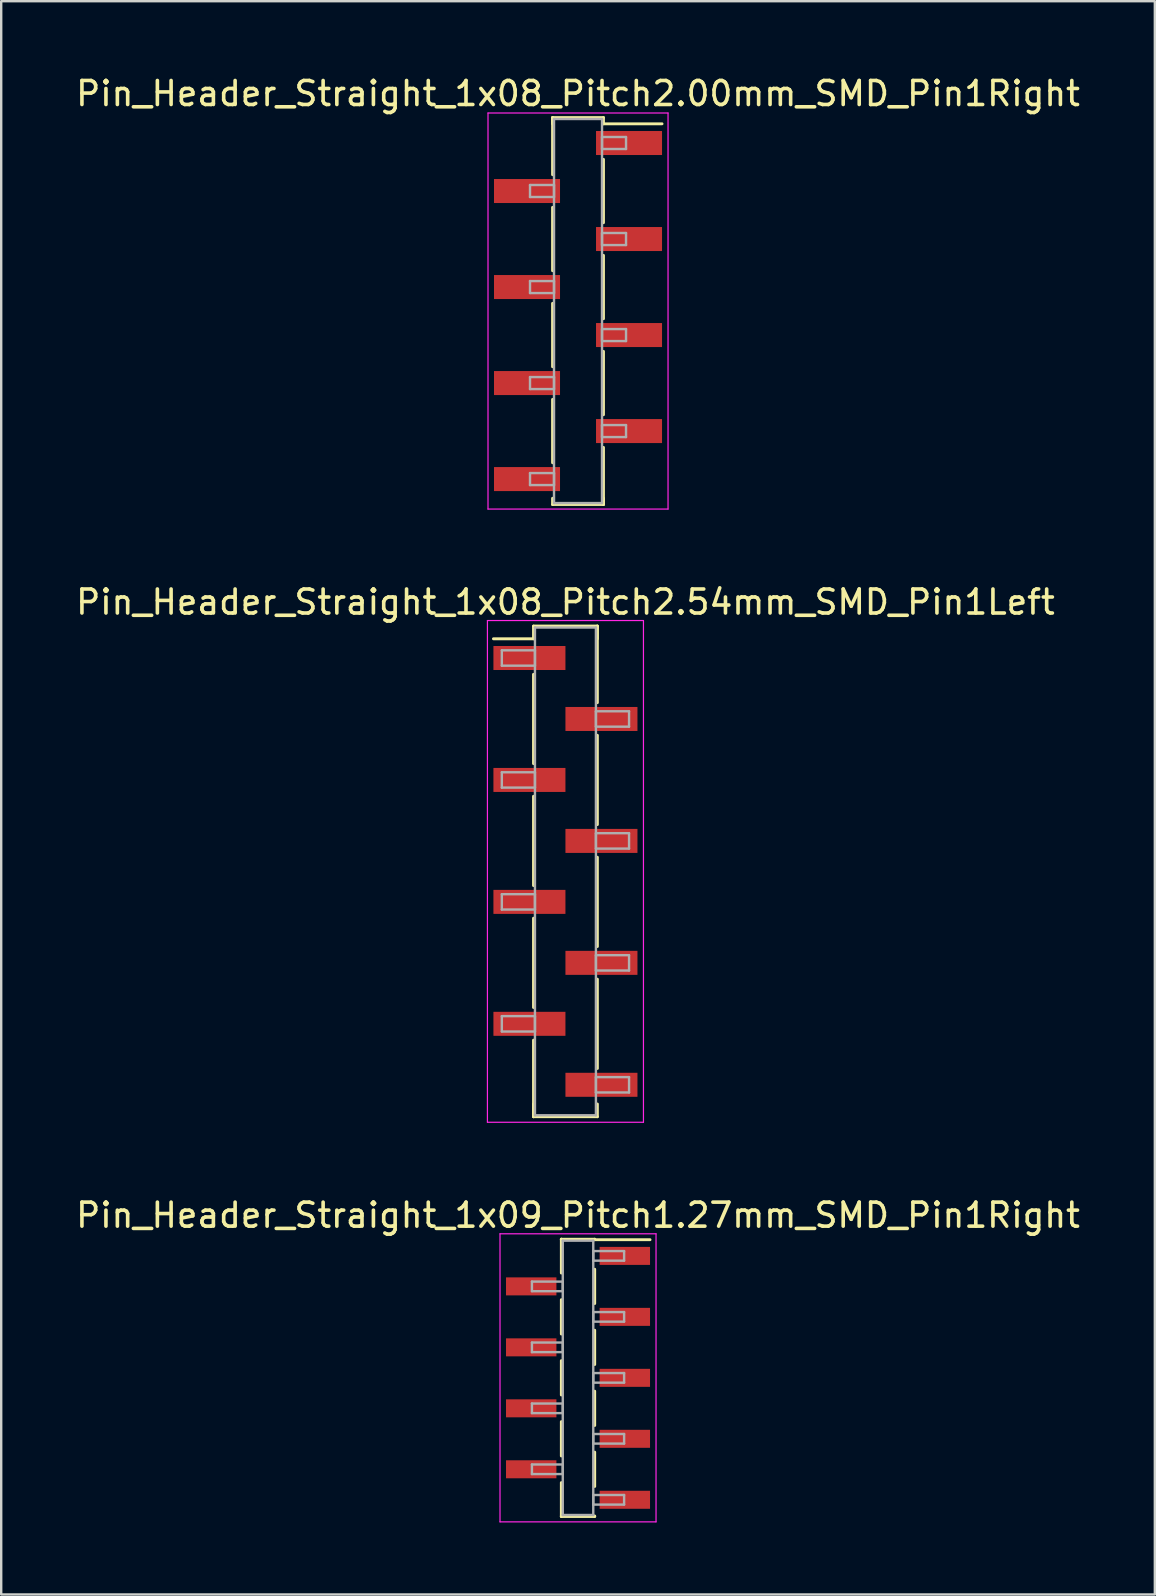
<source format=kicad_pcb>
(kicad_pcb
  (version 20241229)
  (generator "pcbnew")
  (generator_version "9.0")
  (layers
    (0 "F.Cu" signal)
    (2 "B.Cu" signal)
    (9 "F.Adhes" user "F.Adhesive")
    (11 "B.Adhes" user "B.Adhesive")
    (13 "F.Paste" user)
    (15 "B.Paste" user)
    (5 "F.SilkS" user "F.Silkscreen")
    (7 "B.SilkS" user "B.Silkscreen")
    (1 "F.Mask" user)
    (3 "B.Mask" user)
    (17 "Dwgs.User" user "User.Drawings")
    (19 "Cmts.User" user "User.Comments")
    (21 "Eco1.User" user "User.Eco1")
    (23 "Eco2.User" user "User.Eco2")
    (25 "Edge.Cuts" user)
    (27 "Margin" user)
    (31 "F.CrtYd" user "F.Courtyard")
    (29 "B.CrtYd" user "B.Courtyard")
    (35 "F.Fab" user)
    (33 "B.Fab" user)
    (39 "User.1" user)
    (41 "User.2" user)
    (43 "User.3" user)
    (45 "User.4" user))
  (footprint "Pin_Header_Straight_1x09_Pitch1.27mm_SMD_Pin1Right"
    (layer "F.Cu")
    (at 21.03 54.35)
    (property "Reference" "Pin_Header_Straight_1x09_Pitch1.27mm_SMD_Pin1Right" (at 0 -6.775 0) (layer "F.SilkS") (effects (font (size 1 1) (thickness 0.15))))
    (attr smd)
    (fp_line (start -0.695 -5.775) (end -0.695 -4.365) (stroke (width 0.12) (type solid)) (layer "F.SilkS"))
    (fp_line (start -0.695 -5.775) (end 0.695 -5.775) (stroke (width 0.12) (type solid)) (layer "F.SilkS"))
    (fp_line (start -0.695 -5.755) (end -0.695 -5.775) (stroke (width 0.12) (type solid)) (layer "F.SilkS"))
    (fp_line (start -0.695 -3.255) (end -0.695 -1.825) (stroke (width 0.12) (type solid)) (layer "F.SilkS"))
    (fp_line (start -0.695 -0.715) (end -0.695 0.715) (stroke (width 0.12) (type solid)) (layer "F.SilkS"))
    (fp_line (start -0.695 1.825) (end -0.695 3.255) (stroke (width 0.12) (type solid)) (layer "F.SilkS"))
    (fp_line (start -0.695 4.365) (end -0.695 5.775) (stroke (width 0.12) (type solid)) (layer "F.SilkS"))
    (fp_line (start -0.695 5.755) (end -0.695 5.775) (stroke (width 0.12) (type solid)) (layer "F.SilkS"))
    (fp_line (start -0.695 5.775) (end 0.695 5.775) (stroke (width 0.12) (type solid)) (layer "F.SilkS"))
    (fp_line (start 0.695 -5.775) (end 0.695 -5.755) (stroke (width 0.12) (type solid)) (layer "F.SilkS"))
    (fp_line (start 0.695 -5.755) (end 3 -5.755) (stroke (width 0.12) (type solid)) (layer "F.SilkS"))
    (fp_line (start 0.695 -4.525) (end 0.695 -3.095) (stroke (width 0.12) (type solid)) (layer "F.SilkS"))
    (fp_line (start 0.695 -1.985) (end 0.695 -0.555) (stroke (width 0.12) (type solid)) (layer "F.SilkS"))
    (fp_line (start 0.695 0.555) (end 0.695 1.985) (stroke (width 0.12) (type solid)) (layer "F.SilkS"))
    (fp_line (start 0.695 3.095) (end 0.695 4.525) (stroke (width 0.12) (type solid)) (layer "F.SilkS"))
    (fp_line (start 0.695 5.775) (end 0.695 5.755) (stroke (width 0.12) (type solid)) (layer "F.SilkS"))
    (fp_line (start -3.25 -6) (end -3.25 6) (stroke (width 0.05) (type solid)) (layer "F.CrtYd"))
    (fp_line (start -3.25 6) (end 3.25 6) (stroke (width 0.05) (type solid)) (layer "F.CrtYd"))
    (fp_line (start 3.25 -6) (end -3.25 -6) (stroke (width 0.05) (type solid)) (layer "F.CrtYd"))
    (fp_line (start 3.25 6) (end 3.25 -6) (stroke (width 0.05) (type solid)) (layer "F.CrtYd"))
    (fp_line (start -1.92 -4.01) (end -0.635 -4.01) (stroke (width 0.1) (type solid)) (layer "F.Fab"))
    (fp_line (start -1.92 -3.61) (end -1.92 -4.01) (stroke (width 0.1) (type solid)) (layer "F.Fab"))
    (fp_line (start -1.92 -1.47) (end -0.635 -1.47) (stroke (width 0.1) (type solid)) (layer "F.Fab"))
    (fp_line (start -1.92 -1.07) (end -1.92 -1.47) (stroke (width 0.1) (type solid)) (layer "F.Fab"))
    (fp_line (start -1.92 1.07) (end -0.635 1.07) (stroke (width 0.1) (type solid)) (layer "F.Fab"))
    (fp_line (start -1.92 1.47) (end -1.92 1.07) (stroke (width 0.1) (type solid)) (layer "F.Fab"))
    (fp_line (start -1.92 3.61) (end -0.635 3.61) (stroke (width 0.1) (type solid)) (layer "F.Fab"))
    (fp_line (start -1.92 4.01) (end -1.92 3.61) (stroke (width 0.1) (type solid)) (layer "F.Fab"))
    (fp_line (start -0.635 -5.715) (end -0.635 5.715) (stroke (width 0.1) (type solid)) (layer "F.Fab"))
    (fp_line (start -0.635 -4.01) (end -0.635 -3.61) (stroke (width 0.1) (type solid)) (layer "F.Fab"))
    (fp_line (start -0.635 -3.61) (end -1.92 -3.61) (stroke (width 0.1) (type solid)) (layer "F.Fab"))
    (fp_line (start -0.635 -1.47) (end -0.635 -1.07) (stroke (width 0.1) (type solid)) (layer "F.Fab"))
    (fp_line (start -0.635 -1.07) (end -1.92 -1.07) (stroke (width 0.1) (type solid)) (layer "F.Fab"))
    (fp_line (start -0.635 1.07) (end -0.635 1.47) (stroke (width 0.1) (type solid)) (layer "F.Fab"))
    (fp_line (start -0.635 1.47) (end -1.92 1.47) (stroke (width 0.1) (type solid)) (layer "F.Fab"))
    (fp_line (start -0.635 3.61) (end -0.635 4.01) (stroke (width 0.1) (type solid)) (layer "F.Fab"))
    (fp_line (start -0.635 4.01) (end -1.92 4.01) (stroke (width 0.1) (type solid)) (layer "F.Fab"))
    (fp_line (start -0.635 5.715) (end 0.635 5.715) (stroke (width 0.1) (type solid)) (layer "F.Fab"))
    (fp_line (start 0.635 -5.715) (end -0.635 -5.715) (stroke (width 0.1) (type solid)) (layer "F.Fab"))
    (fp_line (start 0.635 -5.28) (end 0.635 -4.88) (stroke (width 0.1) (type solid)) (layer "F.Fab"))
    (fp_line (start 0.635 -4.88) (end 1.92 -4.88) (stroke (width 0.1) (type solid)) (layer "F.Fab"))
    (fp_line (start 0.635 -2.74) (end 0.635 -2.34) (stroke (width 0.1) (type solid)) (layer "F.Fab"))
    (fp_line (start 0.635 -2.34) (end 1.92 -2.34) (stroke (width 0.1) (type solid)) (layer "F.Fab"))
    (fp_line (start 0.635 -0.2) (end 0.635 0.2) (stroke (width 0.1) (type solid)) (layer "F.Fab"))
    (fp_line (start 0.635 0.2) (end 1.92 0.2) (stroke (width 0.1) (type solid)) (layer "F.Fab"))
    (fp_line (start 0.635 2.34) (end 0.635 2.74) (stroke (width 0.1) (type solid)) (layer "F.Fab"))
    (fp_line (start 0.635 2.74) (end 1.92 2.74) (stroke (width 0.1) (type solid)) (layer "F.Fab"))
    (fp_line (start 0.635 4.88) (end 0.635 5.28) (stroke (width 0.1) (type solid)) (layer "F.Fab"))
    (fp_line (start 0.635 5.28) (end 1.92 5.28) (stroke (width 0.1) (type solid)) (layer "F.Fab"))
    (fp_line (start 0.635 5.715) (end 0.635 -5.715) (stroke (width 0.1) (type solid)) (layer "F.Fab"))
    (fp_line (start 1.92 -5.28) (end 0.635 -5.28) (stroke (width 0.1) (type solid)) (layer "F.Fab"))
    (fp_line (start 1.92 -4.88) (end 1.92 -5.28) (stroke (width 0.1) (type solid)) (layer "F.Fab"))
    (fp_line (start 1.92 -2.74) (end 0.635 -2.74) (stroke (width 0.1) (type solid)) (layer "F.Fab"))
    (fp_line (start 1.92 -2.34) (end 1.92 -2.74) (stroke (width 0.1) (type solid)) (layer "F.Fab"))
    (fp_line (start 1.92 -0.2) (end 0.635 -0.2) (stroke (width 0.1) (type solid)) (layer "F.Fab"))
    (fp_line (start 1.92 0.2) (end 1.92 -0.2) (stroke (width 0.1) (type solid)) (layer "F.Fab"))
    (fp_line (start 1.92 2.34) (end 0.635 2.34) (stroke (width 0.1) (type solid)) (layer "F.Fab"))
    (fp_line (start 1.92 2.74) (end 1.92 2.34) (stroke (width 0.1) (type solid)) (layer "F.Fab"))
    (fp_line (start 1.92 4.88) (end 0.635 4.88) (stroke (width 0.1) (type solid)) (layer "F.Fab"))
    (fp_line (start 1.92 5.28) (end 1.92 4.88) (stroke (width 0.1) (type solid)) (layer "F.Fab"))
    (pad "1" smd rect (at 1.95 -5.08) (size 2.1 0.75) (layers "F.Cu" "F.Mask"))
    (pad "2" smd rect (at -1.95 -3.81) (size 2.1 0.75) (layers "F.Cu" "F.Mask"))
    (pad "3" smd rect (at 1.95 -2.54) (size 2.1 0.75) (layers "F.Cu" "F.Mask"))
    (pad "4" smd rect (at -1.95 -1.27) (size 2.1 0.75) (layers "F.Cu" "F.Mask"))
    (pad "5" smd rect (at 1.95 0) (size 2.1 0.75) (layers "F.Cu" "F.Mask"))
    (pad "6" smd rect (at -1.95 1.27) (size 2.1 0.75) (layers "F.Cu" "F.Mask"))
    (pad "7" smd rect (at 1.95 2.54) (size 2.1 0.75) (layers "F.Cu" "F.Mask"))
    (pad "8" smd rect (at -1.95 3.81) (size 2.1 0.75) (layers "F.Cu" "F.Mask"))
    (pad "9" smd rect (at 1.95 5.08) (size 2.1 0.75) (layers "F.Cu" "F.Mask")))
  (footprint "Pin_Header_Straight_1x08_Pitch2.00mm_SMD_Pin1Right"
    (layer "F.Cu")
    (at 21.03 9.908)
    (property "Reference" "Pin_Header_Straight_1x08_Pitch2.00mm_SMD_Pin1Right" (at 0 -9.06 0) (layer "F.SilkS") (effects (font (size 1 1) (thickness 0.15))))
    (attr smd)
    (fp_line (start -1.06 -8.06) (end -1.06 -5.68) (stroke (width 0.12) (type solid)) (layer "F.SilkS"))
    (fp_line (start -1.06 -8.06) (end 1.06 -8.06) (stroke (width 0.12) (type solid)) (layer "F.SilkS"))
    (fp_line (start -1.06 -7.8) (end -1.06 -8.06) (stroke (width 0.12) (type solid)) (layer "F.SilkS"))
    (fp_line (start -1.06 -4.32) (end -1.06 -1.68) (stroke (width 0.12) (type solid)) (layer "F.SilkS"))
    (fp_line (start -1.06 -0.32) (end -1.06 2.32) (stroke (width 0.12) (type solid)) (layer "F.SilkS"))
    (fp_line (start -1.06 3.68) (end -1.06 6.32) (stroke (width 0.12) (type solid)) (layer "F.SilkS"))
    (fp_line (start -1.06 7.8) (end -1.06 8.06) (stroke (width 0.12) (type solid)) (layer "F.SilkS"))
    (fp_line (start -1.06 8.06) (end 1.06 8.06) (stroke (width 0.12) (type solid)) (layer "F.SilkS"))
    (fp_line (start 1.06 -8.06) (end 1.06 -7.8) (stroke (width 0.12) (type solid)) (layer "F.SilkS"))
    (fp_line (start 1.06 -7.8) (end 3.5 -7.8) (stroke (width 0.12) (type solid)) (layer "F.SilkS"))
    (fp_line (start 1.06 -6.32) (end 1.06 -3.68) (stroke (width 0.12) (type solid)) (layer "F.SilkS"))
    (fp_line (start 1.06 -2.32) (end 1.06 0.32) (stroke (width 0.12) (type solid)) (layer "F.SilkS"))
    (fp_line (start 1.06 1.68) (end 1.06 4.32) (stroke (width 0.12) (type solid)) (layer "F.SilkS"))
    (fp_line (start 1.06 5.68) (end 1.06 8.06) (stroke (width 0.12) (type solid)) (layer "F.SilkS"))
    (fp_line (start 1.06 8.06) (end 1.06 7.8) (stroke (width 0.12) (type solid)) (layer "F.SilkS"))
    (fp_line (start -3.75 -8.25) (end -3.75 8.25) (stroke (width 0.05) (type solid)) (layer "F.CrtYd"))
    (fp_line (start -3.75 8.25) (end 3.75 8.25) (stroke (width 0.05) (type solid)) (layer "F.CrtYd"))
    (fp_line (start 3.75 -8.25) (end -3.75 -8.25) (stroke (width 0.05) (type solid)) (layer "F.CrtYd"))
    (fp_line (start 3.75 8.25) (end 3.75 -8.25) (stroke (width 0.05) (type solid)) (layer "F.CrtYd"))
    (fp_line (start -2 -5.25) (end -1 -5.25) (stroke (width 0.1) (type solid)) (layer "F.Fab"))
    (fp_line (start -2 -4.75) (end -2 -5.25) (stroke (width 0.1) (type solid)) (layer "F.Fab"))
    (fp_line (start -2 -1.25) (end -1 -1.25) (stroke (width 0.1) (type solid)) (layer "F.Fab"))
    (fp_line (start -2 -0.75) (end -2 -1.25) (stroke (width 0.1) (type solid)) (layer "F.Fab"))
    (fp_line (start -2 2.75) (end -1 2.75) (stroke (width 0.1) (type solid)) (layer "F.Fab"))
    (fp_line (start -2 3.25) (end -2 2.75) (stroke (width 0.1) (type solid)) (layer "F.Fab"))
    (fp_line (start -2 6.75) (end -1 6.75) (stroke (width 0.1) (type solid)) (layer "F.Fab"))
    (fp_line (start -2 7.25) (end -2 6.75) (stroke (width 0.1) (type solid)) (layer "F.Fab"))
    (fp_line (start -1 -8) (end -1 8) (stroke (width 0.1) (type solid)) (layer "F.Fab"))
    (fp_line (start -1 -5.25) (end -1 -4.75) (stroke (width 0.1) (type solid)) (layer "F.Fab"))
    (fp_line (start -1 -4.75) (end -2 -4.75) (stroke (width 0.1) (type solid)) (layer "F.Fab"))
    (fp_line (start -1 -1.25) (end -1 -0.75) (stroke (width 0.1) (type solid)) (layer "F.Fab"))
    (fp_line (start -1 -0.75) (end -2 -0.75) (stroke (width 0.1) (type solid)) (layer "F.Fab"))
    (fp_line (start -1 2.75) (end -1 3.25) (stroke (width 0.1) (type solid)) (layer "F.Fab"))
    (fp_line (start -1 3.25) (end -2 3.25) (stroke (width 0.1) (type solid)) (layer "F.Fab"))
    (fp_line (start -1 6.75) (end -1 7.25) (stroke (width 0.1) (type solid)) (layer "F.Fab"))
    (fp_line (start -1 7.25) (end -2 7.25) (stroke (width 0.1) (type solid)) (layer "F.Fab"))
    (fp_line (start -1 8) (end 1 8) (stroke (width 0.1) (type solid)) (layer "F.Fab"))
    (fp_line (start 1 -8) (end -1 -8) (stroke (width 0.1) (type solid)) (layer "F.Fab"))
    (fp_line (start 1 -7.25) (end 1 -6.75) (stroke (width 0.1) (type solid)) (layer "F.Fab"))
    (fp_line (start 1 -6.75) (end 2 -6.75) (stroke (width 0.1) (type solid)) (layer "F.Fab"))
    (fp_line (start 1 -3.25) (end 1 -2.75) (stroke (width 0.1) (type solid)) (layer "F.Fab"))
    (fp_line (start 1 -2.75) (end 2 -2.75) (stroke (width 0.1) (type solid)) (layer "F.Fab"))
    (fp_line (start 1 0.75) (end 1 1.25) (stroke (width 0.1) (type solid)) (layer "F.Fab"))
    (fp_line (start 1 1.25) (end 2 1.25) (stroke (width 0.1) (type solid)) (layer "F.Fab"))
    (fp_line (start 1 4.75) (end 1 5.25) (stroke (width 0.1) (type solid)) (layer "F.Fab"))
    (fp_line (start 1 5.25) (end 2 5.25) (stroke (width 0.1) (type solid)) (layer "F.Fab"))
    (fp_line (start 1 8) (end 1 -8) (stroke (width 0.1) (type solid)) (layer "F.Fab"))
    (fp_line (start 2 -7.25) (end 1 -7.25) (stroke (width 0.1) (type solid)) (layer "F.Fab"))
    (fp_line (start 2 -6.75) (end 2 -7.25) (stroke (width 0.1) (type solid)) (layer "F.Fab"))
    (fp_line (start 2 -3.25) (end 1 -3.25) (stroke (width 0.1) (type solid)) (layer "F.Fab"))
    (fp_line (start 2 -2.75) (end 2 -3.25) (stroke (width 0.1) (type solid)) (layer "F.Fab"))
    (fp_line (start 2 0.75) (end 1 0.75) (stroke (width 0.1) (type solid)) (layer "F.Fab"))
    (fp_line (start 2 1.25) (end 2 0.75) (stroke (width 0.1) (type solid)) (layer "F.Fab"))
    (fp_line (start 2 4.75) (end 1 4.75) (stroke (width 0.1) (type solid)) (layer "F.Fab"))
    (fp_line (start 2 5.25) (end 2 4.75) (stroke (width 0.1) (type solid)) (layer "F.Fab"))
    (pad "1" smd rect (at 2.125 -7) (size 2.75 1) (layers "F.Cu" "F.Mask"))
    (pad "2" smd rect (at -2.125 -5) (size 2.75 1) (layers "F.Cu" "F.Mask"))
    (pad "3" smd rect (at 2.125 -3) (size 2.75 1) (layers "F.Cu" "F.Mask"))
    (pad "4" smd rect (at -2.125 -1) (size 2.75 1) (layers "F.Cu" "F.Mask"))
    (pad "5" smd rect (at 2.125 1) (size 2.75 1) (layers "F.Cu" "F.Mask"))
    (pad "6" smd rect (at -2.125 3) (size 2.75 1) (layers "F.Cu" "F.Mask"))
    (pad "7" smd rect (at 2.125 5) (size 2.75 1) (layers "F.Cu" "F.Mask"))
    (pad "8" smd rect (at -2.125 7) (size 2.75 1) (layers "F.Cu" "F.Mask")))
  (footprint "Pin_Header_Straight_1x08_Pitch2.54mm_SMD_Pin1Left"
    (layer "F.Cu")
    (at 20.506 33.252)
    (property "Reference" "Pin_Header_Straight_1x08_Pitch2.54mm_SMD_Pin1Left" (at 0 -11.22 0) (layer "F.SilkS") (effects (font (size 1 1) (thickness 0.15))))
    (attr smd)
    (fp_line (start -1.33 -10.22) (end 1.33 -10.22) (stroke (width 0.12) (type solid)) (layer "F.SilkS"))
    (fp_line (start -1.33 -9.69) (end -3 -9.69) (stroke (width 0.12) (type solid)) (layer "F.SilkS"))
    (fp_line (start -1.33 -9.69) (end -1.33 -10.22) (stroke (width 0.12) (type solid)) (layer "F.SilkS"))
    (fp_line (start -1.33 -8.21) (end -1.33 -4.49) (stroke (width 0.12) (type solid)) (layer "F.SilkS"))
    (fp_line (start -1.33 -3.13) (end -1.33 0.59) (stroke (width 0.12) (type solid)) (layer "F.SilkS"))
    (fp_line (start -1.33 1.95) (end -1.33 5.67) (stroke (width 0.12) (type solid)) (layer "F.SilkS"))
    (fp_line (start -1.33 7.03) (end -1.33 10.22) (stroke (width 0.12) (type solid)) (layer "F.SilkS"))
    (fp_line (start -1.33 9.69) (end -1.33 10.22) (stroke (width 0.12) (type solid)) (layer "F.SilkS"))
    (fp_line (start -1.33 10.22) (end 1.33 10.22) (stroke (width 0.12) (type solid)) (layer "F.SilkS"))
    (fp_line (start 1.33 -10.22) (end 1.33 -9.69) (stroke (width 0.12) (type solid)) (layer "F.SilkS"))
    (fp_line (start 1.33 -10.22) (end 1.33 -7.03) (stroke (width 0.12) (type solid)) (layer "F.SilkS"))
    (fp_line (start 1.33 -5.67) (end 1.33 -1.95) (stroke (width 0.12) (type solid)) (layer "F.SilkS"))
    (fp_line (start 1.33 -0.59) (end 1.33 3.13) (stroke (width 0.12) (type solid)) (layer "F.SilkS"))
    (fp_line (start 1.33 4.49) (end 1.33 8.21) (stroke (width 0.12) (type solid)) (layer "F.SilkS"))
    (fp_line (start 1.33 10.22) (end 1.33 9.69) (stroke (width 0.12) (type solid)) (layer "F.SilkS"))
    (fp_line (start -3.25 -10.45) (end -3.25 10.45) (stroke (width 0.05) (type solid)) (layer "F.CrtYd"))
    (fp_line (start -3.25 10.45) (end 3.25 10.45) (stroke (width 0.05) (type solid)) (layer "F.CrtYd"))
    (fp_line (start 3.25 -10.45) (end -3.25 -10.45) (stroke (width 0.05) (type solid)) (layer "F.CrtYd"))
    (fp_line (start 3.25 10.45) (end 3.25 -10.45) (stroke (width 0.05) (type solid)) (layer "F.CrtYd"))
    (fp_line (start -2.65 -9.21) (end -1.27 -9.21) (stroke (width 0.1) (type solid)) (layer "F.Fab"))
    (fp_line (start -2.65 -8.57) (end -2.65 -9.21) (stroke (width 0.1) (type solid)) (layer "F.Fab"))
    (fp_line (start -2.65 -4.13) (end -1.27 -4.13) (stroke (width 0.1) (type solid)) (layer "F.Fab"))
    (fp_line (start -2.65 -3.49) (end -2.65 -4.13) (stroke (width 0.1) (type solid)) (layer "F.Fab"))
    (fp_line (start -2.65 0.95) (end -1.27 0.95) (stroke (width 0.1) (type solid)) (layer "F.Fab"))
    (fp_line (start -2.65 1.59) (end -2.65 0.95) (stroke (width 0.1) (type solid)) (layer "F.Fab"))
    (fp_line (start -2.65 6.03) (end -1.27 6.03) (stroke (width 0.1) (type solid)) (layer "F.Fab"))
    (fp_line (start -2.65 6.67) (end -2.65 6.03) (stroke (width 0.1) (type solid)) (layer "F.Fab"))
    (fp_line (start -1.27 -10.16) (end -1.27 10.16) (stroke (width 0.1) (type solid)) (layer "F.Fab"))
    (fp_line (start -1.27 -9.21) (end -1.27 -8.57) (stroke (width 0.1) (type solid)) (layer "F.Fab"))
    (fp_line (start -1.27 -8.57) (end -2.65 -8.57) (stroke (width 0.1) (type solid)) (layer "F.Fab"))
    (fp_line (start -1.27 -4.13) (end -1.27 -3.49) (stroke (width 0.1) (type solid)) (layer "F.Fab"))
    (fp_line (start -1.27 -3.49) (end -2.65 -3.49) (stroke (width 0.1) (type solid)) (layer "F.Fab"))
    (fp_line (start -1.27 0.95) (end -1.27 1.59) (stroke (width 0.1) (type solid)) (layer "F.Fab"))
    (fp_line (start -1.27 1.59) (end -2.65 1.59) (stroke (width 0.1) (type solid)) (layer "F.Fab"))
    (fp_line (start -1.27 6.03) (end -1.27 6.67) (stroke (width 0.1) (type solid)) (layer "F.Fab"))
    (fp_line (start -1.27 6.67) (end -2.65 6.67) (stroke (width 0.1) (type solid)) (layer "F.Fab"))
    (fp_line (start -1.27 10.16) (end 1.27 10.16) (stroke (width 0.1) (type solid)) (layer "F.Fab"))
    (fp_line (start 1.27 -10.16) (end -1.27 -10.16) (stroke (width 0.1) (type solid)) (layer "F.Fab"))
    (fp_line (start 1.27 -6.67) (end 1.27 -6.03) (stroke (width 0.1) (type solid)) (layer "F.Fab"))
    (fp_line (start 1.27 -6.03) (end 2.65 -6.03) (stroke (width 0.1) (type solid)) (layer "F.Fab"))
    (fp_line (start 1.27 -1.59) (end 1.27 -0.95) (stroke (width 0.1) (type solid)) (layer "F.Fab"))
    (fp_line (start 1.27 -0.95) (end 2.65 -0.95) (stroke (width 0.1) (type solid)) (layer "F.Fab"))
    (fp_line (start 1.27 3.49) (end 1.27 4.13) (stroke (width 0.1) (type solid)) (layer "F.Fab"))
    (fp_line (start 1.27 4.13) (end 2.65 4.13) (stroke (width 0.1) (type solid)) (layer "F.Fab"))
    (fp_line (start 1.27 8.57) (end 1.27 9.21) (stroke (width 0.1) (type solid)) (layer "F.Fab"))
    (fp_line (start 1.27 9.21) (end 2.65 9.21) (stroke (width 0.1) (type solid)) (layer "F.Fab"))
    (fp_line (start 1.27 10.16) (end 1.27 -10.16) (stroke (width 0.1) (type solid)) (layer "F.Fab"))
    (fp_line (start 2.65 -6.67) (end 1.27 -6.67) (stroke (width 0.1) (type solid)) (layer "F.Fab"))
    (fp_line (start 2.65 -6.03) (end 2.65 -6.67) (stroke (width 0.1) (type solid)) (layer "F.Fab"))
    (fp_line (start 2.65 -1.59) (end 1.27 -1.59) (stroke (width 0.1) (type solid)) (layer "F.Fab"))
    (fp_line (start 2.65 -0.95) (end 2.65 -1.59) (stroke (width 0.1) (type solid)) (layer "F.Fab"))
    (fp_line (start 2.65 3.49) (end 1.27 3.49) (stroke (width 0.1) (type solid)) (layer "F.Fab"))
    (fp_line (start 2.65 4.13) (end 2.65 3.49) (stroke (width 0.1) (type solid)) (layer "F.Fab"))
    (fp_line (start 2.65 8.57) (end 1.27 8.57) (stroke (width 0.1) (type solid)) (layer "F.Fab"))
    (fp_line (start 2.65 9.21) (end 2.65 8.57) (stroke (width 0.1) (type solid)) (layer "F.Fab"))
    (pad "1" smd rect (at -1.5 -8.89) (size 3 1) (layers "F.Cu" "F.Mask"))
    (pad "2" smd rect (at 1.5 -6.35) (size 3 1) (layers "F.Cu" "F.Mask"))
    (pad "3" smd rect (at -1.5 -3.81) (size 3 1) (layers "F.Cu" "F.Mask"))
    (pad "4" smd rect (at 1.5 -1.27) (size 3 1) (layers "F.Cu" "F.Mask"))
    (pad "5" smd rect (at -1.5 1.27) (size 3 1) (layers "F.Cu" "F.Mask"))
    (pad "6" smd rect (at 1.5 3.81) (size 3 1) (layers "F.Cu" "F.Mask"))
    (pad "7" smd rect (at -1.5 6.35) (size 3 1) (layers "F.Cu" "F.Mask"))
    (pad "8" smd rect (at 1.5 8.89) (size 3 1) (layers "F.Cu" "F.Mask")))
  (gr_rect
    (start -3 -3)
    (end 45.06 63.375)
    (stroke (width 0.1) (type default))
    (fill no)
    (layer "Edge.Cuts")))
</source>
